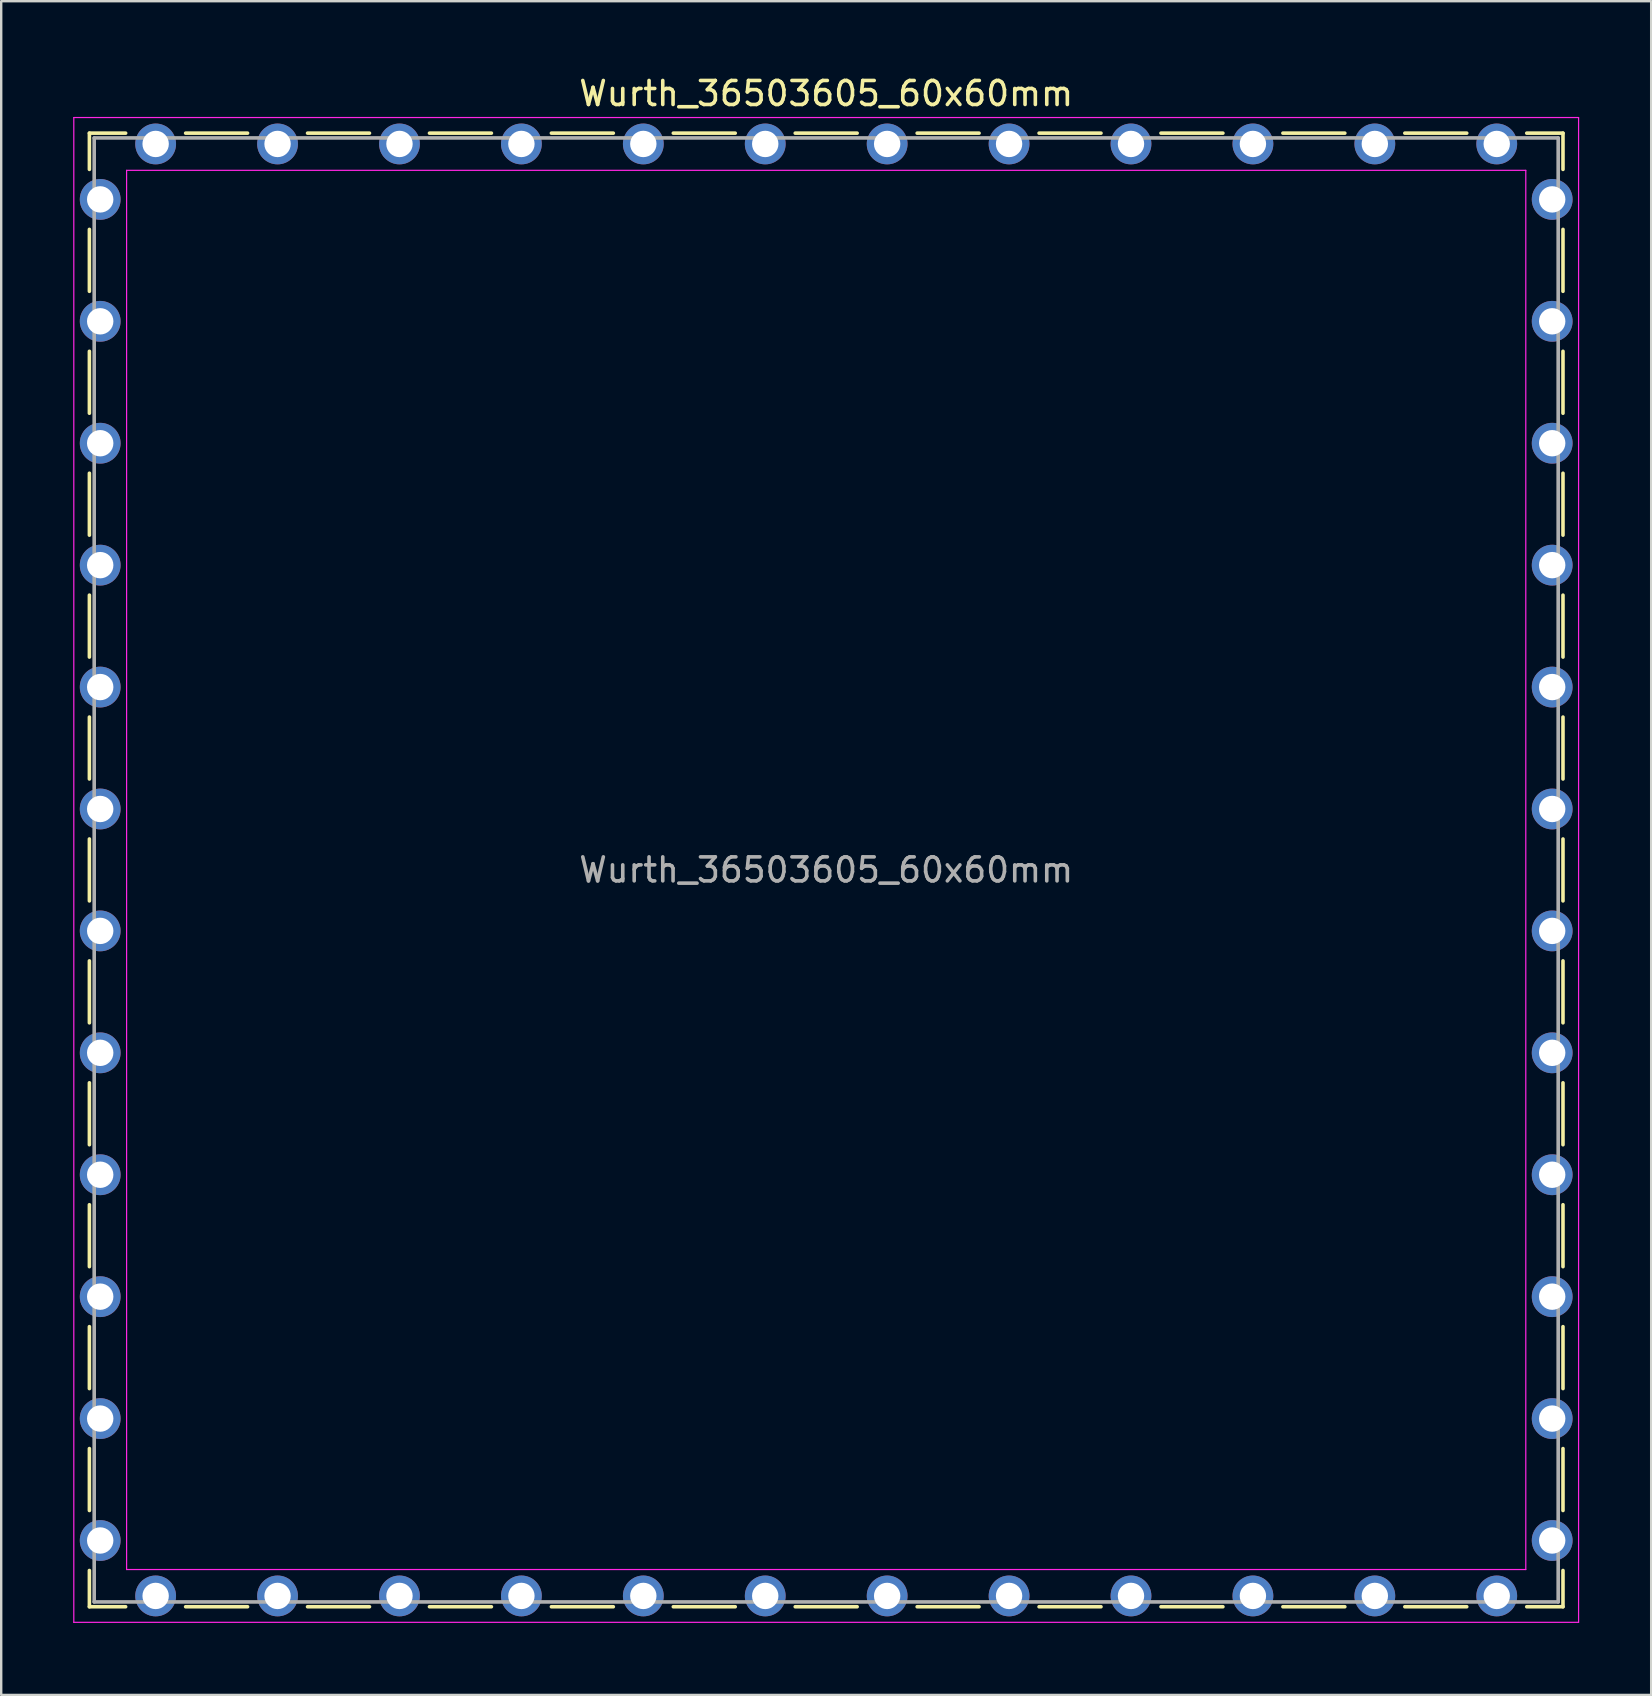
<source format=kicad_pcb>
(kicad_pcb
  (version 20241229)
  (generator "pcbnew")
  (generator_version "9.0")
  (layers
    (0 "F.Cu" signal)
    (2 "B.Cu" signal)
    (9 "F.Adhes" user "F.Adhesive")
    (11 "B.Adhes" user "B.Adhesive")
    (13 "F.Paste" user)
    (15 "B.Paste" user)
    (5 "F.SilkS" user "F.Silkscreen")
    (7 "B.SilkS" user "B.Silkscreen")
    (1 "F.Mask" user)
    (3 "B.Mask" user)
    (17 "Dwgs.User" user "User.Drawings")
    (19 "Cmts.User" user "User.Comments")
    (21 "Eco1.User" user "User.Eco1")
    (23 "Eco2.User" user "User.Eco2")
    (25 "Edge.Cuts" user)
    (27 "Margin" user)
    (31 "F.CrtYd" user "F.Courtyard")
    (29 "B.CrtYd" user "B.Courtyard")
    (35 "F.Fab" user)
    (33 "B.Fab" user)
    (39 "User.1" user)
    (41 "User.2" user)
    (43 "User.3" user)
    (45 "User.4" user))
  (footprint "Wurth_36503605_60x60mm"
    (layer "F.Cu")
    (at 31.375 33.198)
    (property "Reference" "Wurth_36503605_60x60mm" (at 0 -32.35 0) (layer "F.SilkS") (effects (font (size 1 1) (thickness 0.15))))
    (attr through_hole)
    (fp_line (start -30.7 -30.7) (end -29.19 -30.7) (stroke (width 0.15) (type solid)) (layer "F.SilkS"))
    (fp_line (start -30.7 -29.19) (end -30.7 -30.7) (stroke (width 0.15) (type solid)) (layer "F.SilkS"))
    (fp_line (start -30.7 -24.11) (end -30.7 -26.69) (stroke (width 0.15) (type solid)) (layer "F.SilkS"))
    (fp_line (start -30.7 -19.03) (end -30.7 -21.61) (stroke (width 0.15) (type solid)) (layer "F.SilkS"))
    (fp_line (start -30.7 -13.95) (end -30.7 -16.53) (stroke (width 0.15) (type solid)) (layer "F.SilkS"))
    (fp_line (start -30.7 -8.87) (end -30.7 -11.45) (stroke (width 0.15) (type solid)) (layer "F.SilkS"))
    (fp_line (start -30.7 -3.79) (end -30.7 -6.37) (stroke (width 0.15) (type solid)) (layer "F.SilkS"))
    (fp_line (start -30.7 -1.29) (end -30.7 1.29) (stroke (width 0.15) (type solid)) (layer "F.SilkS"))
    (fp_line (start -30.7 3.79) (end -30.7 6.37) (stroke (width 0.15) (type solid)) (layer "F.SilkS"))
    (fp_line (start -30.7 8.87) (end -30.7 11.45) (stroke (width 0.15) (type solid)) (layer "F.SilkS"))
    (fp_line (start -30.7 13.95) (end -30.7 16.53) (stroke (width 0.15) (type solid)) (layer "F.SilkS"))
    (fp_line (start -30.7 19.03) (end -30.7 21.61) (stroke (width 0.15) (type solid)) (layer "F.SilkS"))
    (fp_line (start -30.7 24.11) (end -30.7 26.69) (stroke (width 0.15) (type solid)) (layer "F.SilkS"))
    (fp_line (start -30.7 29.19) (end -30.7 30.7) (stroke (width 0.15) (type solid)) (layer "F.SilkS"))
    (fp_line (start -30.7 30.7) (end -29.19 30.7) (stroke (width 0.15) (type solid)) (layer "F.SilkS"))
    (fp_line (start -24.11 -30.7) (end -26.69 -30.7) (stroke (width 0.15) (type solid)) (layer "F.SilkS"))
    (fp_line (start -24.11 30.7) (end -26.69 30.7) (stroke (width 0.15) (type solid)) (layer "F.SilkS"))
    (fp_line (start -19.03 -30.7) (end -21.61 -30.7) (stroke (width 0.15) (type solid)) (layer "F.SilkS"))
    (fp_line (start -19.03 30.7) (end -21.61 30.7) (stroke (width 0.15) (type solid)) (layer "F.SilkS"))
    (fp_line (start -13.95 -30.7) (end -16.53 -30.7) (stroke (width 0.15) (type solid)) (layer "F.SilkS"))
    (fp_line (start -13.95 30.7) (end -16.53 30.7) (stroke (width 0.15) (type solid)) (layer "F.SilkS"))
    (fp_line (start -8.87 -30.7) (end -11.45 -30.7) (stroke (width 0.15) (type solid)) (layer "F.SilkS"))
    (fp_line (start -8.87 30.7) (end -11.45 30.7) (stroke (width 0.15) (type solid)) (layer "F.SilkS"))
    (fp_line (start -3.79 -30.7) (end -6.37 -30.7) (stroke (width 0.15) (type solid)) (layer "F.SilkS"))
    (fp_line (start -3.79 30.7) (end -6.37 30.7) (stroke (width 0.15) (type solid)) (layer "F.SilkS"))
    (fp_line (start 1.29 -30.7) (end -1.29 -30.7) (stroke (width 0.15) (type solid)) (layer "F.SilkS"))
    (fp_line (start 1.29 30.7) (end -1.29 30.7) (stroke (width 0.15) (type solid)) (layer "F.SilkS"))
    (fp_line (start 3.79 -30.7) (end 6.37 -30.7) (stroke (width 0.15) (type solid)) (layer "F.SilkS"))
    (fp_line (start 3.79 30.7) (end 6.37 30.7) (stroke (width 0.15) (type solid)) (layer "F.SilkS"))
    (fp_line (start 8.87 -30.7) (end 11.45 -30.7) (stroke (width 0.15) (type solid)) (layer "F.SilkS"))
    (fp_line (start 8.87 30.7) (end 11.45 30.7) (stroke (width 0.15) (type solid)) (layer "F.SilkS"))
    (fp_line (start 13.95 -30.7) (end 16.53 -30.7) (stroke (width 0.15) (type solid)) (layer "F.SilkS"))
    (fp_line (start 13.95 30.7) (end 16.53 30.7) (stroke (width 0.15) (type solid)) (layer "F.SilkS"))
    (fp_line (start 19.03 -30.7) (end 21.61 -30.7) (stroke (width 0.15) (type solid)) (layer "F.SilkS"))
    (fp_line (start 19.03 30.7) (end 21.61 30.7) (stroke (width 0.15) (type solid)) (layer "F.SilkS"))
    (fp_line (start 24.11 -30.7) (end 26.69 -30.7) (stroke (width 0.15) (type solid)) (layer "F.SilkS"))
    (fp_line (start 24.11 30.7) (end 26.69 30.7) (stroke (width 0.15) (type solid)) (layer "F.SilkS"))
    (fp_line (start 30.7 -30.7) (end 29.19 -30.7) (stroke (width 0.15) (type solid)) (layer "F.SilkS"))
    (fp_line (start 30.7 -29.19) (end 30.7 -30.7) (stroke (width 0.15) (type solid)) (layer "F.SilkS"))
    (fp_line (start 30.7 -24.11) (end 30.7 -26.69) (stroke (width 0.15) (type solid)) (layer "F.SilkS"))
    (fp_line (start 30.7 -19.03) (end 30.7 -21.61) (stroke (width 0.15) (type solid)) (layer "F.SilkS"))
    (fp_line (start 30.7 -13.95) (end 30.7 -16.53) (stroke (width 0.15) (type solid)) (layer "F.SilkS"))
    (fp_line (start 30.7 -8.87) (end 30.7 -11.45) (stroke (width 0.15) (type solid)) (layer "F.SilkS"))
    (fp_line (start 30.7 -3.79) (end 30.7 -6.37) (stroke (width 0.15) (type solid)) (layer "F.SilkS"))
    (fp_line (start 30.7 1.29) (end 30.7 -1.29) (stroke (width 0.15) (type solid)) (layer "F.SilkS"))
    (fp_line (start 30.7 3.79) (end 30.7 6.37) (stroke (width 0.15) (type solid)) (layer "F.SilkS"))
    (fp_line (start 30.7 8.87) (end 30.7 11.45) (stroke (width 0.15) (type solid)) (layer "F.SilkS"))
    (fp_line (start 30.7 13.95) (end 30.7 16.53) (stroke (width 0.15) (type solid)) (layer "F.SilkS"))
    (fp_line (start 30.7 19.03) (end 30.7 21.61) (stroke (width 0.15) (type solid)) (layer "F.SilkS"))
    (fp_line (start 30.7 24.11) (end 30.7 26.69) (stroke (width 0.15) (type solid)) (layer "F.SilkS"))
    (fp_line (start 30.7 29.19) (end 30.7 30.7) (stroke (width 0.15) (type solid)) (layer "F.SilkS"))
    (fp_line (start 30.7 30.7) (end 29.19 30.7) (stroke (width 0.15) (type solid)) (layer "F.SilkS"))
    (fp_line (start -31.35 -31.35) (end -31.35 31.35) (stroke (width 0.05) (type solid)) (layer "F.CrtYd"))
    (fp_line (start -31.35 31.35) (end 31.35 31.35) (stroke (width 0.05) (type solid)) (layer "F.CrtYd"))
    (fp_line (start -29.15 -29.15) (end -29.15 29.15) (stroke (width 0.05) (type solid)) (layer "F.CrtYd"))
    (fp_line (start -29.15 29.15) (end 29.15 29.15) (stroke (width 0.05) (type solid)) (layer "F.CrtYd"))
    (fp_line (start 29.15 -29.15) (end -29.15 -29.15) (stroke (width 0.05) (type solid)) (layer "F.CrtYd"))
    (fp_line (start 29.15 29.15) (end 29.15 -29.15) (stroke (width 0.05) (type solid)) (layer "F.CrtYd"))
    (fp_line (start 31.35 -31.35) (end -31.35 -31.35) (stroke (width 0.05) (type solid)) (layer "F.CrtYd"))
    (fp_line (start 31.35 31.35) (end 31.35 -31.35) (stroke (width 0.05) (type solid)) (layer "F.CrtYd"))
    (fp_line (start -30.5 -30.5) (end -30.5 30.5) (stroke (width 0.15) (type solid)) (layer "F.Fab"))
    (fp_line (start -30.5 30.5) (end 30.5 30.5) (stroke (width 0.15) (type solid)) (layer "F.Fab"))
    (fp_line (start 30.5 -30.5) (end -30.5 -30.5) (stroke (width 0.15) (type solid)) (layer "F.Fab"))
    (fp_line (start 30.5 30.5) (end 30.5 -30.5) (stroke (width 0.15) (type solid)) (layer "F.Fab"))
    (fp_text user "${REFERENCE}" (at 0 0 0) (layer "F.Fab") (effects (font (size 1 1) (thickness 0.15))))
    (pad "1" thru_hole circle (at -30.25 -27.94) (size 1.7 1.7) (drill 1.1) (layers "*.Cu" "*.Mask"))
    (pad "1" thru_hole circle (at -30.25 -22.86) (size 1.7 1.7) (drill 1.1) (layers "*.Cu" "*.Mask"))
    (pad "1" thru_hole circle (at -30.25 -17.78) (size 1.7 1.7) (drill 1.1) (layers "*.Cu" "*.Mask"))
    (pad "1" thru_hole circle (at -30.25 -12.7) (size 1.7 1.7) (drill 1.1) (layers "*.Cu" "*.Mask"))
    (pad "1" thru_hole circle (at -30.25 -7.62) (size 1.7 1.7) (drill 1.1) (layers "*.Cu" "*.Mask"))
    (pad "1" thru_hole circle (at -30.25 -2.54) (size 1.7 1.7) (drill 1.1) (layers "*.Cu" "*.Mask"))
    (pad "1" thru_hole circle (at -30.25 2.54) (size 1.7 1.7) (drill 1.1) (layers "*.Cu" "*.Mask"))
    (pad "1" thru_hole circle (at -30.25 7.62) (size 1.7 1.7) (drill 1.1) (layers "*.Cu" "*.Mask"))
    (pad "1" thru_hole circle (at -30.25 12.7) (size 1.7 1.7) (drill 1.1) (layers "*.Cu" "*.Mask"))
    (pad "1" thru_hole circle (at -30.25 17.78) (size 1.7 1.7) (drill 1.1) (layers "*.Cu" "*.Mask"))
    (pad "1" thru_hole circle (at -30.25 22.86) (size 1.7 1.7) (drill 1.1) (layers "*.Cu" "*.Mask"))
    (pad "1" thru_hole circle (at -30.25 27.94) (size 1.7 1.7) (drill 1.1) (layers "*.Cu" "*.Mask"))
    (pad "1" thru_hole circle (at -27.94 -30.25) (size 1.7 1.7) (drill 1.1) (layers "*.Cu" "*.Mask"))
    (pad "1" thru_hole circle (at -27.94 30.25) (size 1.7 1.7) (drill 1.1) (layers "*.Cu" "*.Mask"))
    (pad "1" thru_hole circle (at -22.86 -30.25) (size 1.7 1.7) (drill 1.1) (layers "*.Cu" "*.Mask"))
    (pad "1" thru_hole circle (at -22.86 30.25) (size 1.7 1.7) (drill 1.1) (layers "*.Cu" "*.Mask"))
    (pad "1" thru_hole circle (at -17.78 -30.25) (size 1.7 1.7) (drill 1.1) (layers "*.Cu" "*.Mask"))
    (pad "1" thru_hole circle (at -17.78 30.25) (size 1.7 1.7) (drill 1.1) (layers "*.Cu" "*.Mask"))
    (pad "1" thru_hole circle (at -12.7 -30.25) (size 1.7 1.7) (drill 1.1) (layers "*.Cu" "*.Mask"))
    (pad "1" thru_hole circle (at -12.7 30.25) (size 1.7 1.7) (drill 1.1) (layers "*.Cu" "*.Mask"))
    (pad "1" thru_hole circle (at -7.62 -30.25) (size 1.7 1.7) (drill 1.1) (layers "*.Cu" "*.Mask"))
    (pad "1" thru_hole circle (at -7.62 30.25) (size 1.7 1.7) (drill 1.1) (layers "*.Cu" "*.Mask"))
    (pad "1" thru_hole circle (at -2.54 -30.25) (size 1.7 1.7) (drill 1.1) (layers "*.Cu" "*.Mask"))
    (pad "1" thru_hole circle (at -2.54 30.25) (size 1.7 1.7) (drill 1.1) (layers "*.Cu" "*.Mask"))
    (pad "1" thru_hole circle (at 2.54 -30.25) (size 1.7 1.7) (drill 1.1) (layers "*.Cu" "*.Mask"))
    (pad "1" thru_hole circle (at 2.54 30.25) (size 1.7 1.7) (drill 1.1) (layers "*.Cu" "*.Mask"))
    (pad "1" thru_hole circle (at 7.62 -30.25) (size 1.7 1.7) (drill 1.1) (layers "*.Cu" "*.Mask"))
    (pad "1" thru_hole circle (at 7.62 30.25) (size 1.7 1.7) (drill 1.1) (layers "*.Cu" "*.Mask"))
    (pad "1" thru_hole circle (at 12.7 -30.25) (size 1.7 1.7) (drill 1.1) (layers "*.Cu" "*.Mask"))
    (pad "1" thru_hole circle (at 12.7 30.25) (size 1.7 1.7) (drill 1.1) (layers "*.Cu" "*.Mask"))
    (pad "1" thru_hole circle (at 17.78 -30.25) (size 1.7 1.7) (drill 1.1) (layers "*.Cu" "*.Mask"))
    (pad "1" thru_hole circle (at 17.78 30.25) (size 1.7 1.7) (drill 1.1) (layers "*.Cu" "*.Mask"))
    (pad "1" thru_hole circle (at 22.86 -30.25) (size 1.7 1.7) (drill 1.1) (layers "*.Cu" "*.Mask"))
    (pad "1" thru_hole circle (at 22.86 30.25) (size 1.7 1.7) (drill 1.1) (layers "*.Cu" "*.Mask"))
    (pad "1" thru_hole circle (at 27.94 -30.25) (size 1.7 1.7) (drill 1.1) (layers "*.Cu" "*.Mask"))
    (pad "1" thru_hole circle (at 27.94 30.25) (size 1.7 1.7) (drill 1.1) (layers "*.Cu" "*.Mask"))
    (pad "1" thru_hole circle (at 30.25 -27.94) (size 1.7 1.7) (drill 1.1) (layers "*.Cu" "*.Mask"))
    (pad "1" thru_hole circle (at 30.25 -22.86) (size 1.7 1.7) (drill 1.1) (layers "*.Cu" "*.Mask"))
    (pad "1" thru_hole circle (at 30.25 -17.78) (size 1.7 1.7) (drill 1.1) (layers "*.Cu" "*.Mask"))
    (pad "1" thru_hole circle (at 30.25 -12.7) (size 1.7 1.7) (drill 1.1) (layers "*.Cu" "*.Mask"))
    (pad "1" thru_hole circle (at 30.25 -7.62) (size 1.7 1.7) (drill 1.1) (layers "*.Cu" "*.Mask"))
    (pad "1" thru_hole circle (at 30.25 -2.54) (size 1.7 1.7) (drill 1.1) (layers "*.Cu" "*.Mask"))
    (pad "1" thru_hole circle (at 30.25 2.54) (size 1.7 1.7) (drill 1.1) (layers "*.Cu" "*.Mask"))
    (pad "1" thru_hole circle (at 30.25 7.62) (size 1.7 1.7) (drill 1.1) (layers "*.Cu" "*.Mask"))
    (pad "1" thru_hole circle (at 30.25 12.7) (size 1.7 1.7) (drill 1.1) (layers "*.Cu" "*.Mask"))
    (pad "1" thru_hole circle (at 30.25 17.78) (size 1.7 1.7) (drill 1.1) (layers "*.Cu" "*.Mask"))
    (pad "1" thru_hole circle (at 30.25 22.86) (size 1.7 1.7) (drill 1.1) (layers "*.Cu" "*.Mask"))
    (pad "1" thru_hole circle (at 30.25 27.94) (size 1.7 1.7) (drill 1.1) (layers "*.Cu" "*.Mask")))
  (gr_rect
    (start -3 -3)
    (end 65.75 67.573)
    (stroke (width 0.1) (type default))
    (fill no)
    (layer "Edge.Cuts")))
</source>
